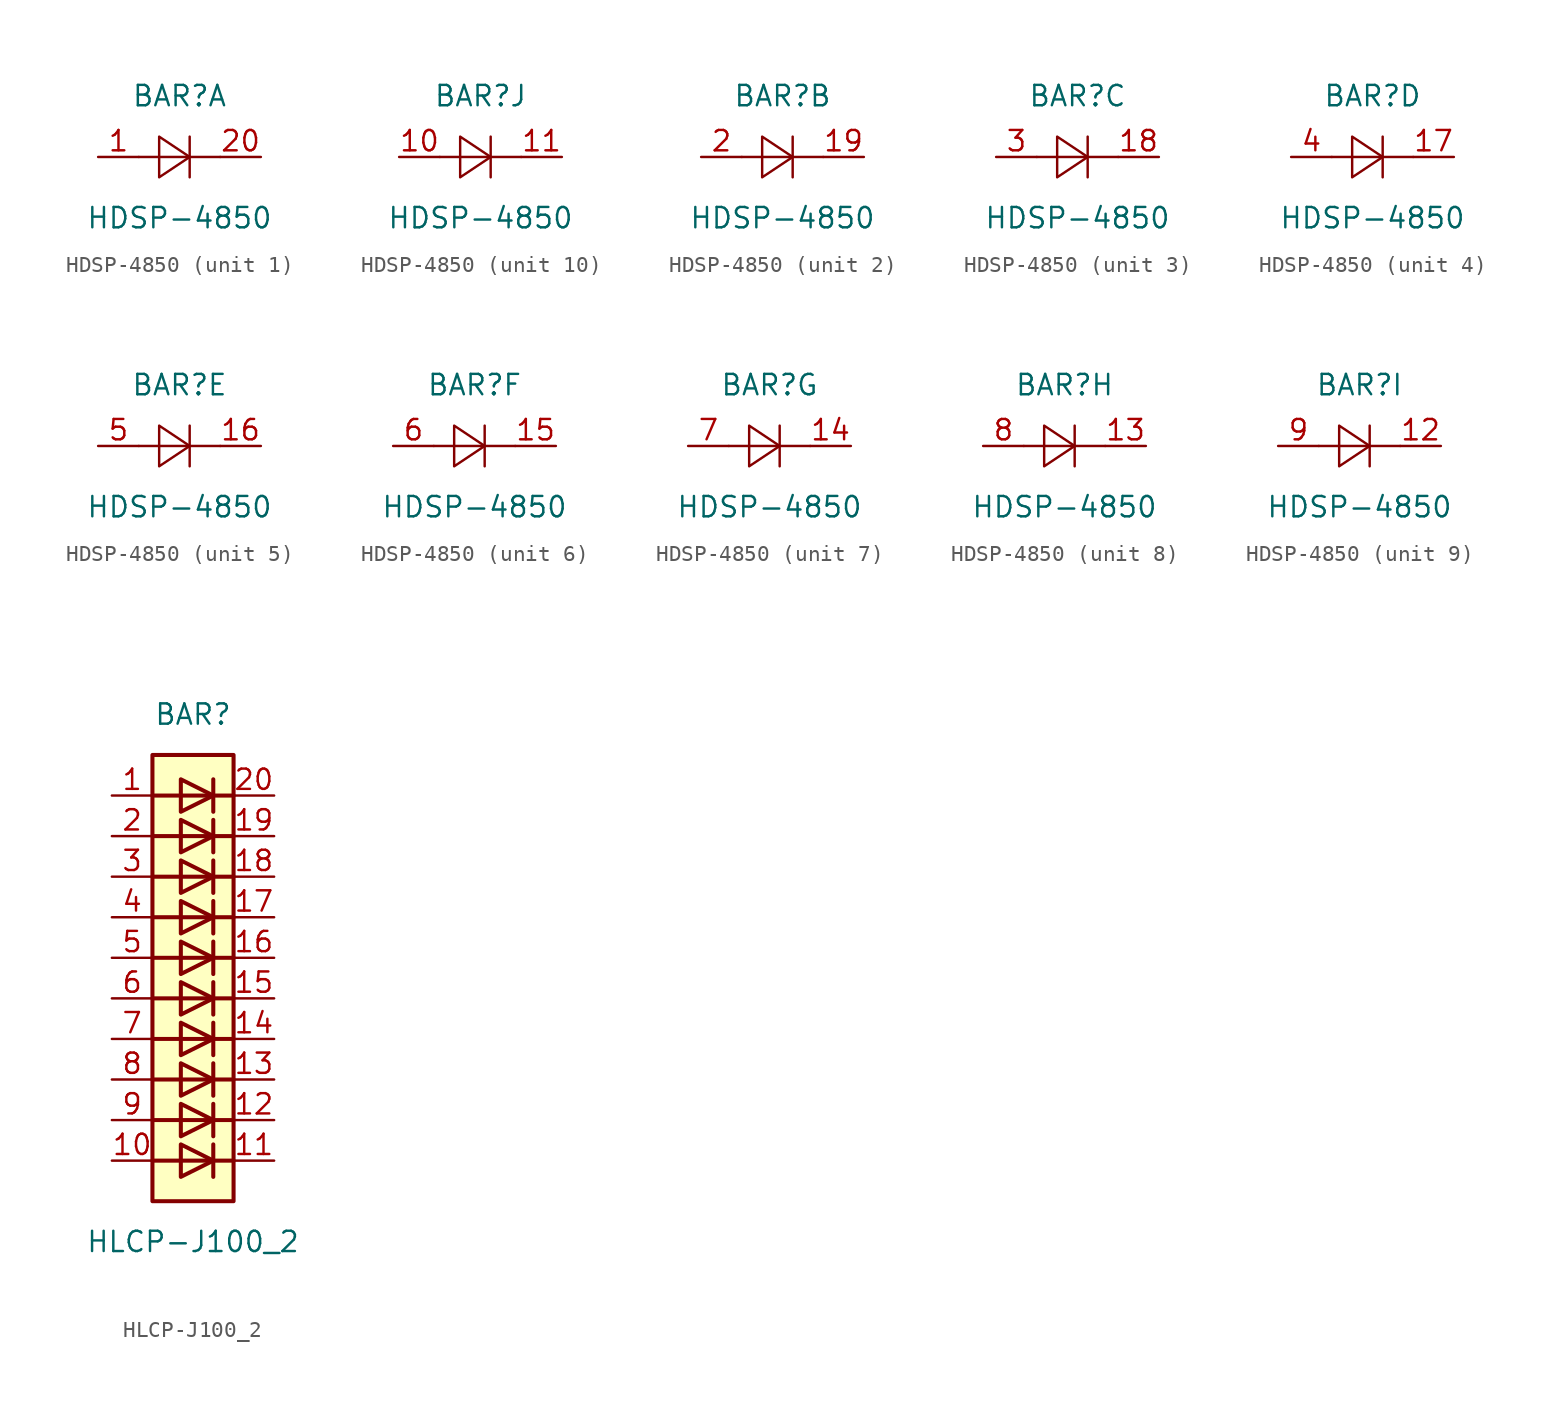
<source format=kicad_sym>
(kicad_symbol_lib
  (version 20201005)
  (generator kicad_symbol_editor)
  (symbol "HDSP-4850"
    (pin_names
      (offset 1.016) hide)
    (property "Reference" "BAR"
      (at 0 3.81 0)
      (effects (font (size 1.27 1.27))))
    (property "Value" "HDSP-4850"
      (at 0 -3.81 0)
      (effects (font (size 1.27 1.27))))
    (symbol "HDSP-4850_0_1"
      (polyline (pts (xy -2.54 0) (xy 2.54 0)) (stroke (width 0)) (fill (type none)))
      (polyline (pts (xy 0.635 1.27) (xy 0.635 -1.27)) (stroke (width 0)) (fill (type none)))
      (polyline (pts (xy -1.27 1.27) (xy -1.27 -1.27) (xy 0.635 0) (xy -1.27 1.27)) (stroke (width 0)) (fill (type none))))
    (symbol "HDSP-4850_1_1"
      (pin passive line (at -5.08 0 0) (length 2.54) (name "A" (effects (font (size 1.27 1.27)))) (number "1" (effects (font (size 1.27 1.27)))))
      (pin passive line (at 5.08 0 180) (length 2.54) (name "K" (effects (font (size 1.27 1.27)))) (number "20" (effects (font (size 1.27 1.27))))))
    (symbol "HDSP-4850_2_1"
      (pin passive line (at 5.08 0 180) (length 2.54) (name "K" (effects (font (size 1.27 1.27)))) (number "19" (effects (font (size 1.27 1.27)))))
      (pin passive line (at -5.08 0 0) (length 2.54) (name "A" (effects (font (size 1.27 1.27)))) (number "2" (effects (font (size 1.27 1.27))))))
    (symbol "HDSP-4850_3_1"
      (pin passive line (at 5.08 0 180) (length 2.54) (name "K" (effects (font (size 1.27 1.27)))) (number "18" (effects (font (size 1.27 1.27)))))
      (pin passive line (at -5.08 0 0) (length 2.54) (name "A" (effects (font (size 1.27 1.27)))) (number "3" (effects (font (size 1.27 1.27))))))
    (symbol "HDSP-4850_4_1"
      (pin passive line (at 5.08 0 180) (length 2.54) (name "K" (effects (font (size 1.27 1.27)))) (number "17" (effects (font (size 1.27 1.27)))))
      (pin passive line (at -5.08 0 0) (length 2.54) (name "A" (effects (font (size 1.27 1.27)))) (number "4" (effects (font (size 1.27 1.27))))))
    (symbol "HDSP-4850_5_1"
      (pin passive line (at 5.08 0 180) (length 2.54) (name "K" (effects (font (size 1.27 1.27)))) (number "16" (effects (font (size 1.27 1.27)))))
      (pin passive line (at -5.08 0 0) (length 2.54) (name "A" (effects (font (size 1.27 1.27)))) (number "5" (effects (font (size 1.27 1.27))))))
    (symbol "HDSP-4850_6_1"
      (pin passive line (at 5.08 0 180) (length 2.54) (name "K" (effects (font (size 1.27 1.27)))) (number "15" (effects (font (size 1.27 1.27)))))
      (pin passive line (at -5.08 0 0) (length 2.54) (name "A" (effects (font (size 1.27 1.27)))) (number "6" (effects (font (size 1.27 1.27))))))
    (symbol "HDSP-4850_7_1"
      (pin passive line (at 5.08 0 180) (length 2.54) (name "K" (effects (font (size 1.27 1.27)))) (number "14" (effects (font (size 1.27 1.27)))))
      (pin passive line (at -5.08 0 0) (length 2.54) (name "A" (effects (font (size 1.27 1.27)))) (number "7" (effects (font (size 1.27 1.27))))))
    (symbol "HDSP-4850_8_1"
      (pin passive line (at 5.08 0 180) (length 2.54) (name "K" (effects (font (size 1.27 1.27)))) (number "13" (effects (font (size 1.27 1.27)))))
      (pin passive line (at -5.08 0 0) (length 2.54) (name "A" (effects (font (size 1.27 1.27)))) (number "8" (effects (font (size 1.27 1.27))))))
    (symbol "HDSP-4850_9_1"
      (pin passive line (at 5.08 0 180) (length 2.54) (name "K" (effects (font (size 1.27 1.27)))) (number "12" (effects (font (size 1.27 1.27)))))
      (pin passive line (at -5.08 0 0) (length 2.54) (name "A" (effects (font (size 1.27 1.27)))) (number "9" (effects (font (size 1.27 1.27))))))
    (symbol "HDSP-4850_10_1"
      (pin passive line (at -5.08 0 0) (length 2.54) (name "A" (effects (font (size 1.27 1.27)))) (number "10" (effects (font (size 1.27 1.27)))))
      (pin passive line (at 5.08 0 180) (length 2.54) (name "K" (effects (font (size 1.27 1.27)))) (number "11" (effects (font (size 1.27 1.27)))))))
  (symbol "HLCP-J100_2"
    (pin_names
      (offset 1.016) hide)
    (property "Reference" "BAR"
      (at 0 15.24 0)
      (effects (font (size 1.27 1.27))))
    (property "Value" "HLCP-J100_2"
      (at 0 -17.78 0)
      (effects (font (size 1.27 1.27))))
    (symbol "HLCP-J100_2_0_1"
      (rectangle (start -2.54 12.7) (end 2.54 -15.24) (stroke (width 0.254)) (fill (type background)))
      (polyline (pts (xy -2.54 -12.7) (xy 2.54 -12.7)) (stroke (width 0.254)) (fill (type none)))
      (polyline (pts (xy -2.54 -10.16) (xy 2.54 -10.16)) (stroke (width 0.254)) (fill (type none)))
      (polyline (pts (xy -2.54 -7.62) (xy 2.54 -7.62)) (stroke (width 0.254)) (fill (type none)))
      (polyline (pts (xy -2.54 -5.08) (xy 2.54 -5.08)) (stroke (width 0.254)) (fill (type none)))
      (polyline (pts (xy -2.54 0) (xy 2.54 0)) (stroke (width 0.254)) (fill (type none)))
      (polyline (pts (xy -2.54 5.08) (xy 2.54 5.08)) (stroke (width 0.254)) (fill (type none)))
      (polyline (pts (xy -2.54 7.62) (xy 2.54 7.62)) (stroke (width 0.254)) (fill (type none)))
      (polyline (pts (xy -2.54 10.16) (xy 2.54 10.16)) (stroke (width 0.254)) (fill (type none)))
      (polyline (pts (xy 1.27 -11.684) (xy 1.27 -13.716)) (stroke (width 0.254)) (fill (type none)))
      (polyline (pts (xy 1.27 -9.144) (xy 1.27 -11.176)) (stroke (width 0.254)) (fill (type none)))
      (polyline (pts (xy 1.27 -6.604) (xy 1.27 -8.636)) (stroke (width 0.254)) (fill (type none)))
      (polyline (pts (xy 1.27 -4.064) (xy 1.27 -6.096)) (stroke (width 0.254)) (fill (type none)))
      (polyline (pts (xy 1.27 -1.524) (xy 1.27 -3.556)) (stroke (width 0.254)) (fill (type none)))
      (polyline (pts (xy 1.27 1.016) (xy 1.27 -1.016)) (stroke (width 0.254)) (fill (type none)))
      (polyline (pts (xy 1.27 3.556) (xy 1.27 1.524)) (stroke (width 0.254)) (fill (type none)))
      (polyline (pts (xy 1.27 6.096) (xy 1.27 4.064)) (stroke (width 0.254)) (fill (type none)))
      (polyline (pts (xy 1.27 8.636) (xy 1.27 6.604)) (stroke (width 0.254)) (fill (type none)))
      (polyline (pts (xy 1.27 11.176) (xy 1.27 9.144)) (stroke (width 0.254)) (fill (type none)))
      (polyline (pts (xy 2.54 -2.54) (xy -2.54 -2.54)) (stroke (width 0.254)) (fill (type none)))
      (polyline (pts (xy 2.54 2.54) (xy -2.54 2.54)) (stroke (width 0.254)) (fill (type none)))
      (polyline (pts (xy -0.762 -11.684) (xy -0.762 -13.716) (xy 1.27 -12.7) (xy -0.762 -11.684)) (stroke (width 0.254)) (fill (type none)))
      (polyline (pts (xy -0.762 -9.144) (xy -0.762 -11.176) (xy 1.27 -10.16) (xy -0.762 -9.144)) (stroke (width 0.254)) (fill (type none)))
      (polyline (pts (xy -0.762 -6.604) (xy -0.762 -8.636) (xy 1.27 -7.62) (xy -0.762 -6.604)) (stroke (width 0.254)) (fill (type none)))
      (polyline (pts (xy -0.762 -4.064) (xy -0.762 -6.096) (xy 1.27 -5.08) (xy -0.762 -4.064)) (stroke (width 0.254)) (fill (type none)))
      (polyline (pts (xy -0.762 -1.524) (xy -0.762 -3.556) (xy 1.27 -2.54) (xy -0.762 -1.524)) (stroke (width 0.254)) (fill (type none)))
      (polyline (pts (xy -0.762 1.016) (xy -0.762 -1.016) (xy 1.27 0) (xy -0.762 1.016)) (stroke (width 0.254)) (fill (type none)))
      (polyline (pts (xy -0.762 3.556) (xy -0.762 1.524) (xy 1.27 2.54) (xy -0.762 3.556)) (stroke (width 0.254)) (fill (type none)))
      (polyline (pts (xy -0.762 6.096) (xy -0.762 4.064) (xy 1.27 5.08) (xy -0.762 6.096)) (stroke (width 0.254)) (fill (type none)))
      (polyline (pts (xy -0.762 8.636) (xy -0.762 6.604) (xy 1.27 7.62) (xy -0.762 8.636)) (stroke (width 0.254)) (fill (type none)))
      (polyline (pts (xy -0.762 11.176) (xy -0.762 9.144) (xy 1.27 10.16) (xy -0.762 11.176)) (stroke (width 0.254)) (fill (type none))))
    (symbol "HLCP-J100_2_1_1"
      (pin passive line (at -5.08 10.16 0) (length 2.54) (name "A" (effects (font (size 1.27 1.27)))) (number "1" (effects (font (size 1.27 1.27)))))
      (pin passive line (at -5.08 -12.7 0) (length 2.54) (name "A" (effects (font (size 1.27 1.27)))) (number "10" (effects (font (size 1.27 1.27)))))
      (pin passive line (at 5.08 -12.7 180) (length 2.54) (name "K" (effects (font (size 1.27 1.27)))) (number "11" (effects (font (size 1.27 1.27)))))
      (pin passive line (at 5.08 -10.16 180) (length 2.54) (name "K" (effects (font (size 1.27 1.27)))) (number "12" (effects (font (size 1.27 1.27)))))
      (pin passive line (at 5.08 -7.62 180) (length 2.54) (name "K" (effects (font (size 1.27 1.27)))) (number "13" (effects (font (size 1.27 1.27)))))
      (pin passive line (at 5.08 -5.08 180) (length 2.54) (name "K" (effects (font (size 1.27 1.27)))) (number "14" (effects (font (size 1.27 1.27)))))
      (pin passive line (at 5.08 -2.54 180) (length 2.54) (name "K" (effects (font (size 1.27 1.27)))) (number "15" (effects (font (size 1.27 1.27)))))
      (pin passive line (at 5.08 0 180) (length 2.54) (name "K" (effects (font (size 1.27 1.27)))) (number "16" (effects (font (size 1.27 1.27)))))
      (pin passive line (at 5.08 2.54 180) (length 2.54) (name "K" (effects (font (size 1.27 1.27)))) (number "17" (effects (font (size 1.27 1.27)))))
      (pin passive line (at 5.08 5.08 180) (length 2.54) (name "K" (effects (font (size 1.27 1.27)))) (number "18" (effects (font (size 1.27 1.27)))))
      (pin passive line (at 5.08 7.62 180) (length 2.54) (name "K" (effects (font (size 1.27 1.27)))) (number "19" (effects (font (size 1.27 1.27)))))
      (pin passive line (at -5.08 7.62 0) (length 2.54) (name "A" (effects (font (size 1.27 1.27)))) (number "2" (effects (font (size 1.27 1.27)))))
      (pin passive line (at 5.08 10.16 180) (length 2.54) (name "K" (effects (font (size 1.27 1.27)))) (number "20" (effects (font (size 1.27 1.27)))))
      (pin passive line (at -5.08 5.08 0) (length 2.54) (name "A" (effects (font (size 1.27 1.27)))) (number "3" (effects (font (size 1.27 1.27)))))
      (pin passive line (at -5.08 2.54 0) (length 2.54) (name "A" (effects (font (size 1.27 1.27)))) (number "4" (effects (font (size 1.27 1.27)))))
      (pin passive line (at -5.08 0 0) (length 2.54) (name "A" (effects (font (size 1.27 1.27)))) (number "5" (effects (font (size 1.27 1.27)))))
      (pin passive line (at -5.08 -2.54 0) (length 2.54) (name "A" (effects (font (size 1.27 1.27)))) (number "6" (effects (font (size 1.27 1.27)))))
      (pin passive line (at -5.08 -5.08 0) (length 2.54) (name "A" (effects (font (size 1.27 1.27)))) (number "7" (effects (font (size 1.27 1.27)))))
      (pin passive line (at -5.08 -7.62 0) (length 2.54) (name "A" (effects (font (size 1.27 1.27)))) (number "8" (effects (font (size 1.27 1.27)))))
      (pin passive line (at -5.08 -10.16 0) (length 2.54) (name "A" (effects (font (size 1.27 1.27)))) (number "9" (effects (font (size 1.27 1.27))))))))
</source>
